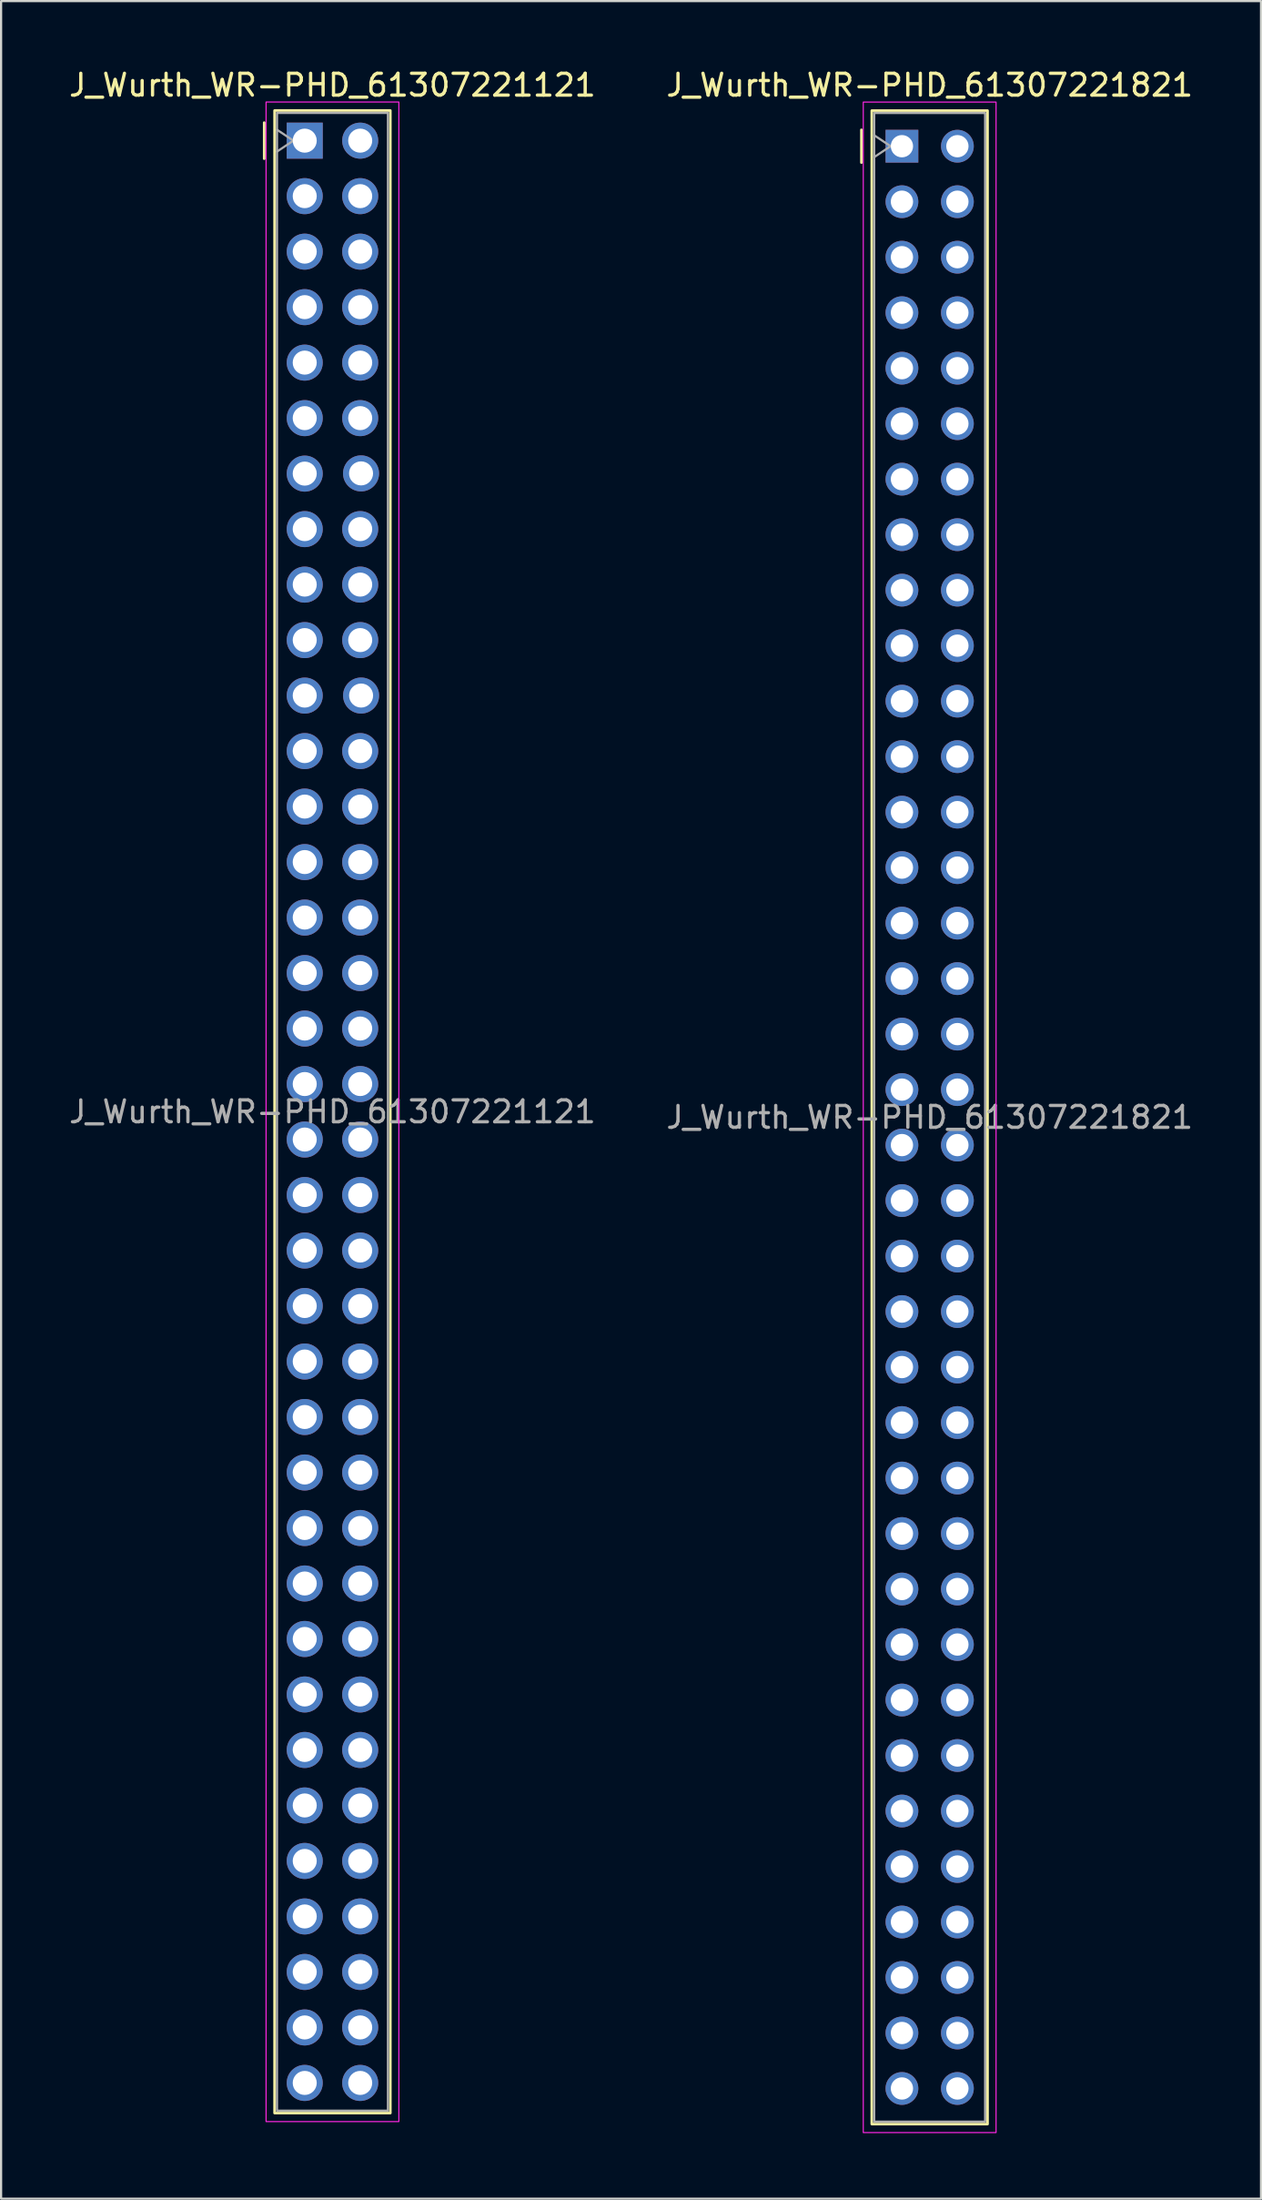
<source format=kicad_pcb>
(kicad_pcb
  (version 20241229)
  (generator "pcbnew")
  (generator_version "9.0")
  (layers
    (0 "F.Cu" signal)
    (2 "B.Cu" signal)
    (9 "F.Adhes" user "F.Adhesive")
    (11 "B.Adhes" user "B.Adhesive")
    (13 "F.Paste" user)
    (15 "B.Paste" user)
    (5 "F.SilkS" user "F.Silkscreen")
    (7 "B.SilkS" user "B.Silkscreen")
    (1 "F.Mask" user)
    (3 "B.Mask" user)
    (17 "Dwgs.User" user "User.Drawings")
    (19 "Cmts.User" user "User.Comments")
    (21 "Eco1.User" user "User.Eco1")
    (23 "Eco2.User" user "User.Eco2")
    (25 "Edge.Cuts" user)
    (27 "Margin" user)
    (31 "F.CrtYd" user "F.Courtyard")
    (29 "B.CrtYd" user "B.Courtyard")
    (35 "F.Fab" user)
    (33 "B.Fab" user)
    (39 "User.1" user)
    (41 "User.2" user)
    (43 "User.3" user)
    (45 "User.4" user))
  (footprint "J_Wurth_WR-PHD_61307221821"
    (layer "F.Cu")
    (at 38.248 3.642)
    (property "Reference" "J_Wurth_WR-PHD_61307221821" (at 1.27 -2.794 0) (unlocked yes) (layer "F.SilkS") (effects (font (size 1 1) (thickness 0.15))))
    (attr through_hole)
    (fp_line (start -1.855 -0.75) (end -1.855 0.75) (stroke (width 0.12) (type solid)) (layer "F.SilkS"))
    (fp_rect (start -1.38 -1.63) (end 3.92 90.53) (stroke (width 0.12) (type solid)) (fill no) (layer "F.SilkS"))
    (fp_rect (start -1.77 -2.02) (end 4.31 90.92) (stroke (width 0.05) (type solid)) (fill no) (layer "F.CrtYd"))
    (fp_line (start -1.27 -0.5) (end -0.52 0) (stroke (width 0.1) (type solid)) (layer "F.Fab"))
    (fp_line (start -0.52 0) (end -1.27 0.5) (stroke (width 0.1) (type solid)) (layer "F.Fab"))
    (fp_rect (start -1.27 -1.52) (end 3.81 90.42) (stroke (width 0.1) (type solid)) (fill no) (layer "F.Fab"))
    (fp_text user "${REFERENCE}" (at 1.27 44.45 0) (unlocked yes) (layer "F.Fab") (effects (font (size 1 1) (thickness 0.15))))
    (pad "1" thru_hole rect (at 0 0) (size 1.5 1.5) (drill 1.02) (layers "*.Cu" "*.Mask"))
    (pad "2" thru_hole circle (at 2.54 0) (size 1.5 1.5) (drill 1.02) (layers "*.Cu" "*.Mask"))
    (pad "3" thru_hole circle (at 0 2.54) (size 1.5 1.5) (drill 1.02) (layers "*.Cu" "*.Mask"))
    (pad "4" thru_hole circle (at 2.54 2.54) (size 1.5 1.5) (drill 1.02) (layers "*.Cu" "*.Mask"))
    (pad "5" thru_hole circle (at 0 5.08) (size 1.5 1.5) (drill 1.02) (layers "*.Cu" "*.Mask"))
    (pad "6" thru_hole circle (at 2.54 5.08) (size 1.5 1.5) (drill 1.02) (layers "*.Cu" "*.Mask"))
    (pad "7" thru_hole circle (at 0 7.62) (size 1.5 1.5) (drill 1.02) (layers "*.Cu" "*.Mask"))
    (pad "8" thru_hole circle (at 2.54 7.62) (size 1.5 1.5) (drill 1.02) (layers "*.Cu" "*.Mask"))
    (pad "9" thru_hole circle (at 0 10.16) (size 1.5 1.5) (drill 1.02) (layers "*.Cu" "*.Mask"))
    (pad "10" thru_hole circle (at 2.54 10.16) (size 1.5 1.5) (drill 1.02) (layers "*.Cu" "*.Mask"))
    (pad "11" thru_hole circle (at 0 12.7) (size 1.5 1.5) (drill 1.02) (layers "*.Cu" "*.Mask"))
    (pad "12" thru_hole circle (at 2.54 12.7) (size 1.5 1.5) (drill 1.02) (layers "*.Cu" "*.Mask"))
    (pad "13" thru_hole circle (at 0 15.24) (size 1.5 1.5) (drill 1.02) (layers "*.Cu" "*.Mask"))
    (pad "14" thru_hole circle (at 2.54 15.24) (size 1.5 1.5) (drill 1.02) (layers "*.Cu" "*.Mask"))
    (pad "15" thru_hole circle (at 0 17.78) (size 1.5 1.5) (drill 1.02) (layers "*.Cu" "*.Mask"))
    (pad "16" thru_hole circle (at 2.54 17.78) (size 1.5 1.5) (drill 1.02) (layers "*.Cu" "*.Mask"))
    (pad "17" thru_hole circle (at 0 20.32) (size 1.5 1.5) (drill 1.02) (layers "*.Cu" "*.Mask"))
    (pad "18" thru_hole circle (at 2.54 20.32) (size 1.5 1.5) (drill 1.02) (layers "*.Cu" "*.Mask"))
    (pad "19" thru_hole circle (at 0 22.86) (size 1.5 1.5) (drill 1.02) (layers "*.Cu" "*.Mask"))
    (pad "20" thru_hole circle (at 2.54 22.86) (size 1.5 1.5) (drill 1.02) (layers "*.Cu" "*.Mask"))
    (pad "21" thru_hole circle (at 0 25.4) (size 1.5 1.5) (drill 1.02) (layers "*.Cu" "*.Mask"))
    (pad "22" thru_hole circle (at 2.54 25.4) (size 1.5 1.5) (drill 1.02) (layers "*.Cu" "*.Mask"))
    (pad "23" thru_hole circle (at 0 27.94) (size 1.5 1.5) (drill 1.02) (layers "*.Cu" "*.Mask"))
    (pad "24" thru_hole circle (at 2.54 27.94) (size 1.5 1.5) (drill 1.02) (layers "*.Cu" "*.Mask"))
    (pad "25" thru_hole circle (at 0 30.48) (size 1.5 1.5) (drill 1.02) (layers "*.Cu" "*.Mask"))
    (pad "26" thru_hole circle (at 2.54 30.48) (size 1.5 1.5) (drill 1.02) (layers "*.Cu" "*.Mask"))
    (pad "27" thru_hole circle (at 0 33.02) (size 1.5 1.5) (drill 1.02) (layers "*.Cu" "*.Mask"))
    (pad "28" thru_hole circle (at 2.54 33.02) (size 1.5 1.5) (drill 1.02) (layers "*.Cu" "*.Mask"))
    (pad "29" thru_hole circle (at 0 35.56) (size 1.5 1.5) (drill 1.02) (layers "*.Cu" "*.Mask"))
    (pad "30" thru_hole circle (at 2.54 35.56) (size 1.5 1.5) (drill 1.02) (layers "*.Cu" "*.Mask"))
    (pad "31" thru_hole circle (at 0 38.1) (size 1.5 1.5) (drill 1.02) (layers "*.Cu" "*.Mask"))
    (pad "32" thru_hole circle (at 2.54 38.1) (size 1.5 1.5) (drill 1.02) (layers "*.Cu" "*.Mask"))
    (pad "33" thru_hole circle (at 0 40.64) (size 1.5 1.5) (drill 1.02) (layers "*.Cu" "*.Mask"))
    (pad "34" thru_hole circle (at 2.54 40.64) (size 1.5 1.5) (drill 1.02) (layers "*.Cu" "*.Mask"))
    (pad "35" thru_hole circle (at 0 43.18) (size 1.5 1.5) (drill 1.02) (layers "*.Cu" "*.Mask"))
    (pad "36" thru_hole circle (at 2.54 43.18) (size 1.5 1.5) (drill 1.02) (layers "*.Cu" "*.Mask"))
    (pad "37" thru_hole circle (at 0 45.72) (size 1.5 1.5) (drill 1.02) (layers "*.Cu" "*.Mask"))
    (pad "38" thru_hole circle (at 2.54 45.72) (size 1.5 1.5) (drill 1.02) (layers "*.Cu" "*.Mask"))
    (pad "39" thru_hole circle (at 0 48.26) (size 1.5 1.5) (drill 1.02) (layers "*.Cu" "*.Mask"))
    (pad "40" thru_hole circle (at 2.54 48.26) (size 1.5 1.5) (drill 1.02) (layers "*.Cu" "*.Mask"))
    (pad "41" thru_hole circle (at 0 50.8) (size 1.5 1.5) (drill 1.02) (layers "*.Cu" "*.Mask"))
    (pad "42" thru_hole circle (at 2.54 50.8) (size 1.5 1.5) (drill 1.02) (layers "*.Cu" "*.Mask"))
    (pad "43" thru_hole circle (at 0 53.34) (size 1.5 1.5) (drill 1.02) (layers "*.Cu" "*.Mask"))
    (pad "44" thru_hole circle (at 2.54 53.34) (size 1.5 1.5) (drill 1.02) (layers "*.Cu" "*.Mask"))
    (pad "45" thru_hole circle (at 0 55.88) (size 1.5 1.5) (drill 1.02) (layers "*.Cu" "*.Mask"))
    (pad "46" thru_hole circle (at 2.54 55.88) (size 1.5 1.5) (drill 1.02) (layers "*.Cu" "*.Mask"))
    (pad "47" thru_hole circle (at 0 58.42) (size 1.5 1.5) (drill 1.02) (layers "*.Cu" "*.Mask"))
    (pad "48" thru_hole circle (at 2.54 58.42) (size 1.5 1.5) (drill 1.02) (layers "*.Cu" "*.Mask"))
    (pad "49" thru_hole circle (at 0 60.96) (size 1.5 1.5) (drill 1.02) (layers "*.Cu" "*.Mask"))
    (pad "50" thru_hole circle (at 2.54 60.96) (size 1.5 1.5) (drill 1.02) (layers "*.Cu" "*.Mask"))
    (pad "51" thru_hole circle (at 0 63.5) (size 1.5 1.5) (drill 1.02) (layers "*.Cu" "*.Mask"))
    (pad "52" thru_hole circle (at 2.54 63.5) (size 1.5 1.5) (drill 1.02) (layers "*.Cu" "*.Mask"))
    (pad "53" thru_hole circle (at 0 66.04) (size 1.5 1.5) (drill 1.02) (layers "*.Cu" "*.Mask"))
    (pad "54" thru_hole circle (at 2.54 66.04) (size 1.5 1.5) (drill 1.02) (layers "*.Cu" "*.Mask"))
    (pad "55" thru_hole circle (at 0 68.58) (size 1.5 1.5) (drill 1.02) (layers "*.Cu" "*.Mask"))
    (pad "56" thru_hole circle (at 2.54 68.58) (size 1.5 1.5) (drill 1.02) (layers "*.Cu" "*.Mask"))
    (pad "57" thru_hole circle (at 0 71.12) (size 1.5 1.5) (drill 1.02) (layers "*.Cu" "*.Mask"))
    (pad "58" thru_hole circle (at 2.54 71.12) (size 1.5 1.5) (drill 1.02) (layers "*.Cu" "*.Mask"))
    (pad "59" thru_hole circle (at 0 73.66) (size 1.5 1.5) (drill 1.02) (layers "*.Cu" "*.Mask"))
    (pad "60" thru_hole circle (at 2.54 73.66) (size 1.5 1.5) (drill 1.02) (layers "*.Cu" "*.Mask"))
    (pad "61" thru_hole circle (at 0 76.2) (size 1.5 1.5) (drill 1.02) (layers "*.Cu" "*.Mask"))
    (pad "62" thru_hole circle (at 2.54 76.2) (size 1.5 1.5) (drill 1.02) (layers "*.Cu" "*.Mask"))
    (pad "63" thru_hole circle (at 0 78.74) (size 1.5 1.5) (drill 1.02) (layers "*.Cu" "*.Mask"))
    (pad "64" thru_hole circle (at 2.54 78.74) (size 1.5 1.5) (drill 1.02) (layers "*.Cu" "*.Mask"))
    (pad "65" thru_hole circle (at 0 81.28) (size 1.5 1.5) (drill 1.02) (layers "*.Cu" "*.Mask"))
    (pad "66" thru_hole circle (at 2.54 81.28) (size 1.5 1.5) (drill 1.02) (layers "*.Cu" "*.Mask"))
    (pad "67" thru_hole circle (at 0 83.82) (size 1.5 1.5) (drill 1.02) (layers "*.Cu" "*.Mask"))
    (pad "68" thru_hole circle (at 2.54 83.82) (size 1.5 1.5) (drill 1.02) (layers "*.Cu" "*.Mask"))
    (pad "69" thru_hole circle (at 0 86.36) (size 1.5 1.5) (drill 1.02) (layers "*.Cu" "*.Mask"))
    (pad "70" thru_hole circle (at 2.54 86.36) (size 1.5 1.5) (drill 1.02) (layers "*.Cu" "*.Mask"))
    (pad "71" thru_hole circle (at 0 88.9) (size 1.5 1.5) (drill 1.02) (layers "*.Cu" "*.Mask"))
    (pad "72" thru_hole circle (at 2.54 88.9) (size 1.5 1.5) (drill 1.02) (layers "*.Cu" "*.Mask")))
  (footprint "J_Wurth_WR-PHD_61307221121"
    (layer "F.Cu")
    (at 10.903 3.388)
    (property "Reference" "J_Wurth_WR-PHD_61307221121" (at 1.27 -2.54 0) (unlocked yes) (layer "F.SilkS") (effects (font (size 1 1) (thickness 0.15))))
    (attr through_hole)
    (fp_line (start -1.855 -0.825) (end -1.855 0.825) (stroke (width 0.12) (type solid)) (layer "F.SilkS"))
    (fp_rect (start -1.38 -1.38) (end 3.92 90.28) (stroke (width 0.12) (type solid)) (fill no) (layer "F.SilkS"))
    (fp_rect (start -1.77 -1.77) (end 4.31 90.67) (stroke (width 0.05) (type solid)) (fill no) (layer "F.CrtYd"))
    (fp_line (start -1.27 -0.5) (end -0.52 0) (stroke (width 0.1) (type solid)) (layer "F.Fab"))
    (fp_line (start -0.52 0) (end -1.27 0.5) (stroke (width 0.1) (type solid)) (layer "F.Fab"))
    (fp_rect (start -1.27 -1.27) (end 3.81 90.17) (stroke (width 0.1) (type solid)) (fill no) (layer "F.Fab"))
    (fp_text user "${REFERENCE}" (at 1.27 44.45 0) (unlocked yes) (layer "F.Fab") (effects (font (size 1 1) (thickness 0.15))))
    (pad "1" thru_hole rect (at 0 0 270) (size 1.65 1.65) (drill 1.1) (layers "*.Cu" "*.Mask"))
    (pad "2" thru_hole circle (at 2.54 0 270) (size 1.65 1.65) (drill 1.1) (layers "*.Cu" "*.Mask"))
    (pad "3" thru_hole circle (at 0 2.54 270) (size 1.65 1.65) (drill 1.1) (layers "*.Cu" "*.Mask"))
    (pad "4" thru_hole circle (at 2.54 2.54 270) (size 1.65 1.65) (drill 1.1) (layers "*.Cu" "*.Mask"))
    (pad "5" thru_hole circle (at 0 5.08 270) (size 1.65 1.65) (drill 1.1) (layers "*.Cu" "*.Mask"))
    (pad "6" thru_hole circle (at 2.54 5.08 270) (size 1.65 1.65) (drill 1.1) (layers "*.Cu" "*.Mask"))
    (pad "7" thru_hole circle (at 0 7.62 270) (size 1.65 1.65) (drill 1.1) (layers "*.Cu" "*.Mask"))
    (pad "8" thru_hole circle (at 2.54 7.62 270) (size 1.65 1.65) (drill 1.1) (layers "*.Cu" "*.Mask"))
    (pad "9" thru_hole circle (at 0 10.16 270) (size 1.65 1.65) (drill 1.1) (layers "*.Cu" "*.Mask"))
    (pad "10" thru_hole circle (at 2.54 10.16 270) (size 1.65 1.65) (drill 1.1) (layers "*.Cu" "*.Mask"))
    (pad "11" thru_hole circle (at 0 12.7 270) (size 1.65 1.65) (drill 1.1) (layers "*.Cu" "*.Mask"))
    (pad "12" thru_hole circle (at 2.54 12.7 270) (size 1.65 1.65) (drill 1.1) (layers "*.Cu" "*.Mask"))
    (pad "13" thru_hole circle (at 0 15.24 270) (size 1.65 1.65) (drill 1.1) (layers "*.Cu" "*.Mask"))
    (pad "14" thru_hole circle (at 2.579 15.23 270) (size 1.65 1.65) (drill 1.1) (layers "*.Cu" "*.Mask"))
    (pad "15" thru_hole circle (at 0 17.78 270) (size 1.65 1.65) (drill 1.1) (layers "*.Cu" "*.Mask"))
    (pad "16" thru_hole circle (at 2.54 17.78 270) (size 1.65 1.65) (drill 1.1) (layers "*.Cu" "*.Mask"))
    (pad "17" thru_hole circle (at 0 20.32 270) (size 1.65 1.65) (drill 1.1) (layers "*.Cu" "*.Mask"))
    (pad "18" thru_hole circle (at 2.54 20.32 270) (size 1.65 1.65) (drill 1.1) (layers "*.Cu" "*.Mask"))
    (pad "19" thru_hole circle (at 0 22.86 270) (size 1.65 1.65) (drill 1.1) (layers "*.Cu" "*.Mask"))
    (pad "20" thru_hole circle (at 2.54 22.86 270) (size 1.65 1.65) (drill 1.1) (layers "*.Cu" "*.Mask"))
    (pad "21" thru_hole circle (at 0 25.4 270) (size 1.65 1.65) (drill 1.1) (layers "*.Cu" "*.Mask"))
    (pad "22" thru_hole circle (at 2.581 25.398 270) (size 1.65 1.65) (drill 1.1) (layers "*.Cu" "*.Mask"))
    (pad "23" thru_hole circle (at 0 27.94 270) (size 1.65 1.65) (drill 1.1) (layers "*.Cu" "*.Mask"))
    (pad "24" thru_hole circle (at 2.54 27.94 270) (size 1.65 1.65) (drill 1.1) (layers "*.Cu" "*.Mask"))
    (pad "25" thru_hole circle (at 0 30.48 270) (size 1.65 1.65) (drill 1.1) (layers "*.Cu" "*.Mask"))
    (pad "26" thru_hole circle (at 2.54 30.48 270) (size 1.65 1.65) (drill 1.1) (layers "*.Cu" "*.Mask"))
    (pad "27" thru_hole circle (at 0 33.02 270) (size 1.65 1.65) (drill 1.1) (layers "*.Cu" "*.Mask"))
    (pad "28" thru_hole circle (at 2.54 33.02 270) (size 1.65 1.65) (drill 1.1) (layers "*.Cu" "*.Mask"))
    (pad "29" thru_hole circle (at 0 35.56 270) (size 1.65 1.65) (drill 1.1) (layers "*.Cu" "*.Mask"))
    (pad "30" thru_hole circle (at 2.54 35.56 270) (size 1.65 1.65) (drill 1.1) (layers "*.Cu" "*.Mask"))
    (pad "31" thru_hole circle (at 0 38.1 270) (size 1.65 1.65) (drill 1.1) (layers "*.Cu" "*.Mask"))
    (pad "32" thru_hole circle (at 2.54 38.1 270) (size 1.65 1.65) (drill 1.1) (layers "*.Cu" "*.Mask"))
    (pad "33" thru_hole circle (at 0 40.64 270) (size 1.65 1.65) (drill 1.1) (layers "*.Cu" "*.Mask"))
    (pad "34" thru_hole circle (at 2.54 40.64 270) (size 1.65 1.65) (drill 1.1) (layers "*.Cu" "*.Mask"))
    (pad "35" thru_hole circle (at 0 43.18 270) (size 1.65 1.65) (drill 1.1) (layers "*.Cu" "*.Mask"))
    (pad "36" thru_hole circle (at 2.54 43.18 270) (size 1.65 1.65) (drill 1.1) (layers "*.Cu" "*.Mask"))
    (pad "37" thru_hole circle (at 0 45.72 270) (size 1.65 1.65) (drill 1.1) (layers "*.Cu" "*.Mask"))
    (pad "38" thru_hole circle (at 2.54 45.72 270) (size 1.65 1.65) (drill 1.1) (layers "*.Cu" "*.Mask"))
    (pad "39" thru_hole circle (at 0 48.26 270) (size 1.65 1.65) (drill 1.1) (layers "*.Cu" "*.Mask"))
    (pad "40" thru_hole circle (at 2.54 48.26 270) (size 1.65 1.65) (drill 1.1) (layers "*.Cu" "*.Mask"))
    (pad "41" thru_hole circle (at 0 50.8 270) (size 1.65 1.65) (drill 1.1) (layers "*.Cu" "*.Mask"))
    (pad "42" thru_hole circle (at 2.54 50.8 270) (size 1.65 1.65) (drill 1.1) (layers "*.Cu" "*.Mask"))
    (pad "43" thru_hole circle (at 0 53.34 270) (size 1.65 1.65) (drill 1.1) (layers "*.Cu" "*.Mask"))
    (pad "44" thru_hole circle (at 2.54 53.34 270) (size 1.65 1.65) (drill 1.1) (layers "*.Cu" "*.Mask"))
    (pad "45" thru_hole circle (at 0 55.88 270) (size 1.65 1.65) (drill 1.1) (layers "*.Cu" "*.Mask"))
    (pad "46" thru_hole circle (at 2.54 55.88 270) (size 1.65 1.65) (drill 1.1) (layers "*.Cu" "*.Mask"))
    (pad "47" thru_hole circle (at 0 58.42 270) (size 1.65 1.65) (drill 1.1) (layers "*.Cu" "*.Mask"))
    (pad "48" thru_hole circle (at 2.54 58.42 270) (size 1.65 1.65) (drill 1.1) (layers "*.Cu" "*.Mask"))
    (pad "49" thru_hole circle (at 0 60.96 270) (size 1.65 1.65) (drill 1.1) (layers "*.Cu" "*.Mask"))
    (pad "50" thru_hole circle (at 2.54 60.96 270) (size 1.65 1.65) (drill 1.1) (layers "*.Cu" "*.Mask"))
    (pad "51" thru_hole circle (at 0 63.5 270) (size 1.65 1.65) (drill 1.1) (layers "*.Cu" "*.Mask"))
    (pad "52" thru_hole circle (at 2.54 63.5 270) (size 1.65 1.65) (drill 1.1) (layers "*.Cu" "*.Mask"))
    (pad "53" thru_hole circle (at 0 66.04 270) (size 1.65 1.65) (drill 1.1) (layers "*.Cu" "*.Mask"))
    (pad "54" thru_hole circle (at 2.54 66.04 270) (size 1.65 1.65) (drill 1.1) (layers "*.Cu" "*.Mask"))
    (pad "55" thru_hole circle (at 0 68.58 270) (size 1.65 1.65) (drill 1.1) (layers "*.Cu" "*.Mask"))
    (pad "56" thru_hole circle (at 2.54 68.58 270) (size 1.65 1.65) (drill 1.1) (layers "*.Cu" "*.Mask"))
    (pad "57" thru_hole circle (at 0 71.12 270) (size 1.65 1.65) (drill 1.1) (layers "*.Cu" "*.Mask"))
    (pad "58" thru_hole circle (at 2.54 71.12 270) (size 1.65 1.65) (drill 1.1) (layers "*.Cu" "*.Mask"))
    (pad "59" thru_hole circle (at 0 73.66 270) (size 1.65 1.65) (drill 1.1) (layers "*.Cu" "*.Mask"))
    (pad "60" thru_hole circle (at 2.54 73.66 270) (size 1.65 1.65) (drill 1.1) (layers "*.Cu" "*.Mask"))
    (pad "61" thru_hole circle (at 0 76.2 270) (size 1.65 1.65) (drill 1.1) (layers "*.Cu" "*.Mask"))
    (pad "62" thru_hole circle (at 2.54 76.2 270) (size 1.65 1.65) (drill 1.1) (layers "*.Cu" "*.Mask"))
    (pad "63" thru_hole circle (at 0 78.74 270) (size 1.65 1.65) (drill 1.1) (layers "*.Cu" "*.Mask"))
    (pad "64" thru_hole circle (at 2.54 78.74 270) (size 1.65 1.65) (drill 1.1) (layers "*.Cu" "*.Mask"))
    (pad "65" thru_hole circle (at 0 81.28 270) (size 1.65 1.65) (drill 1.1) (layers "*.Cu" "*.Mask"))
    (pad "66" thru_hole circle (at 2.54 81.28 270) (size 1.65 1.65) (drill 1.1) (layers "*.Cu" "*.Mask"))
    (pad "67" thru_hole circle (at 0 83.82 270) (size 1.65 1.65) (drill 1.1) (layers "*.Cu" "*.Mask"))
    (pad "68" thru_hole circle (at 2.54 83.82 270) (size 1.65 1.65) (drill 1.1) (layers "*.Cu" "*.Mask"))
    (pad "69" thru_hole circle (at 0 86.36 270) (size 1.65 1.65) (drill 1.1) (layers "*.Cu" "*.Mask"))
    (pad "70" thru_hole circle (at 2.54 86.36 270) (size 1.65 1.65) (drill 1.1) (layers "*.Cu" "*.Mask"))
    (pad "71" thru_hole circle (at 0 88.9 270) (size 1.65 1.65) (drill 1.1) (layers "*.Cu" "*.Mask"))
    (pad "72" thru_hole circle (at 2.54 88.9 270) (size 1.65 1.65) (drill 1.1) (layers "*.Cu" "*.Mask")))
  (gr_rect
    (start -3 -3)
    (end 54.69 97.587)
    (stroke (width 0.1) (type default))
    (fill no)
    (layer "Edge.Cuts")))
</source>
